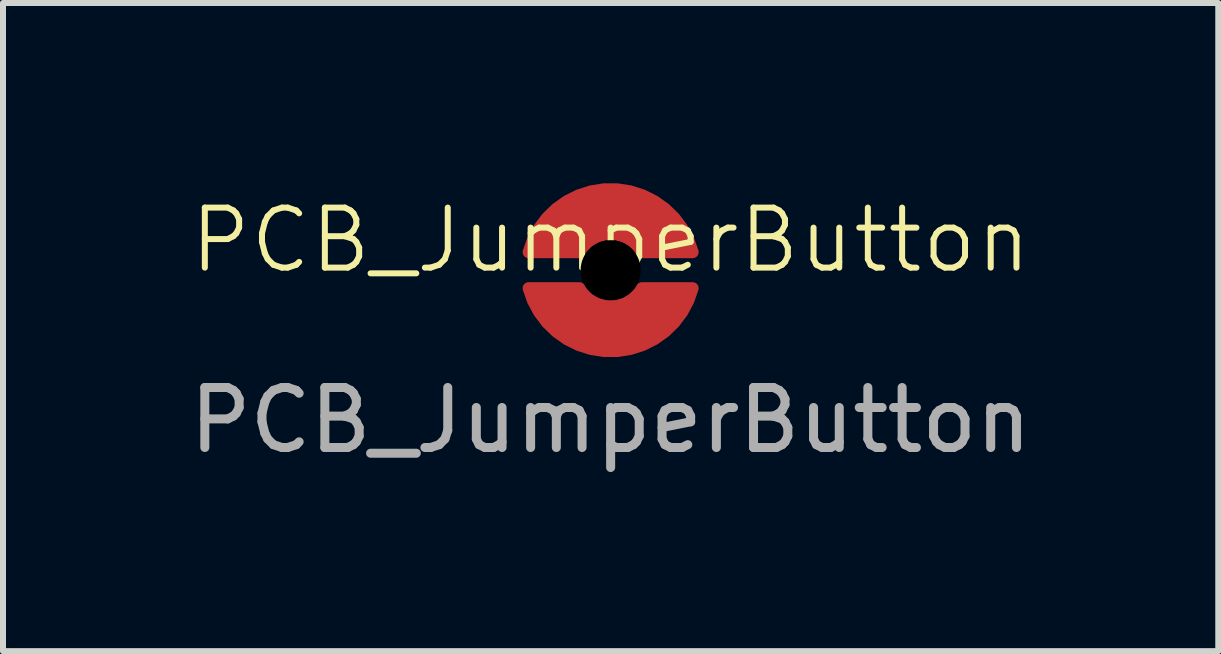
<source format=kicad_pcb>
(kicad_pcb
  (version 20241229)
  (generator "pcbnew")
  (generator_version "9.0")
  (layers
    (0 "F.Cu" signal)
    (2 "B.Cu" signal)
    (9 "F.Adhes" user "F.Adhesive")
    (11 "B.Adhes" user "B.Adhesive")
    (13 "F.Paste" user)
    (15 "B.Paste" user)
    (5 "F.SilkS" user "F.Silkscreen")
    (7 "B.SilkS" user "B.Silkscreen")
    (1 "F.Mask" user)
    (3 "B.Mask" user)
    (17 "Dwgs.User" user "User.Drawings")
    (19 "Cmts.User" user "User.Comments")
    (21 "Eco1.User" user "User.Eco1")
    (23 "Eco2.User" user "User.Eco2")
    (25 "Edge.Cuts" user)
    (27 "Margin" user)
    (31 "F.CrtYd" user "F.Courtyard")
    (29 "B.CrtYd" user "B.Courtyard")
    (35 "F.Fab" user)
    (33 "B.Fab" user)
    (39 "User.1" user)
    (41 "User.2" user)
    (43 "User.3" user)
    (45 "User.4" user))
  (footprint "PCB_JumperButton"
    (layer "F.Cu")
    (at 7.125 1.452)
    (property "Reference" "PCB_JumperButton" (at 0 -0.5 0) (unlocked yes) (layer "F.SilkS") (effects (font (size 1 1) (thickness 0.1))))
    (attr through_hole)
    (fp_line (start 1.367 -0.3) (end -1.367 -0.3) (stroke (width 0.2) (type default)) (layer "F.Mask"))
    (fp_line (start 1.367 0.3) (end -1.367 0.3) (stroke (width 0.2) (type default)) (layer "F.Mask"))
    (fp_arc (start -1.3675 -0.3) (mid 0 -1.351718) (end 1.3675 -0.3) (stroke (width 0.2) (type default)) (layer "F.Mask"))
    (fp_arc (start 1.3675 0.299984) (mid 0 1.351702) (end -1.3675 0.299984) (stroke (width 0.2) (type default)) (layer "F.Mask"))
    (fp_poly (pts (xy -1.367 0.3) (xy -1 0.9) (xy -0.6 1.2) (xy 0 1.352) (xy 0.6 1.2) (xy 1 0.9) (xy 1.367 0.3)) (stroke (width 0) (type solid)) (fill yes) (layer "F.Mask"))
    (fp_poly (pts (xy 1.367 -0.3) (xy 1 -0.9) (xy 0.6 -1.2) (xy 0 -1.352) (xy -0.6 -1.2) (xy -1 -0.9) (xy -1.367 -0.3)) (stroke (width 0) (type solid)) (fill yes) (layer "F.Mask"))
    (fp_text user "${REFERENCE}" (at 0 2.5 0) (unlocked yes) (layer "F.Fab") (effects (font (size 1 1) (thickness 0.15))))
    (pad "" np_thru_hole circle (at 0 -0.00005) (size 1 1) (drill 1) (layers "*.Mask"))
    (pad "1" smd custom (at 0 -1) (size 0.8 0.8) (layers "F.Cu") (options (anchor circle)) (primitives (gr_arc (start -1.3675 0.7) (mid 0 -0.351718) (end 1.3675 0.7) (width 0.2)) (gr_line (start -0.52 0.7) (end -1.367 0.7) (width 0.2)) (gr_line (start 0.52 0.7) (end 1.367 0.7) (width 0.2)) (gr_arc (start -0.5196 0.7) (mid 0 0.400009) (end 0.5196 0.7) (width 0.2)) (gr_poly (pts (xy 0.52 0.7) (xy 1.367 0.7) (xy 1 0.1) (xy 0.6 -0.2) (xy 0 -0.352) (xy -0.6 -0.2) (xy -1 0.1) (xy -1.367 0.7) (xy -0.52 0.7) (xy -0.3 0.4) (xy 0.3 0.4)) (width 0) (fill yes))))
    (pad "2" smd custom (at 0 1) (size 0.8 0.8) (layers "F.Cu") (options (anchor circle)) (primitives (gr_arc (start 0.5196 -0.700016) (mid 0 -0.400025) (end -0.5196 -0.700016) (width 0.2)) (gr_line (start -0.52 -0.7) (end -1.367 -0.7) (width 0.2)) (gr_line (start 0.52 -0.7) (end 1.367 -0.7) (width 0.2)) (gr_arc (start 1.3675 -0.700016) (mid 0 0.351702) (end -1.3675 -0.700016) (width 0.2)) (gr_poly (pts (xy -0.52 -0.7) (xy -1.367 -0.7) (xy -1 -0.1) (xy -0.6 0.2) (xy 0 0.352) (xy 0.6 0.2) (xy 1 -0.1) (xy 1.367 -0.7) (xy 0.52 -0.7) (xy 0.3 -0.4) (xy -0.3 -0.4)) (width 0) (fill yes)))))
  (gr_rect
    (start -3 -3)
    (end 17.25 7.8)
    (stroke (width 0.1) (type default))
    (fill no)
    (layer "Edge.Cuts")))
</source>
